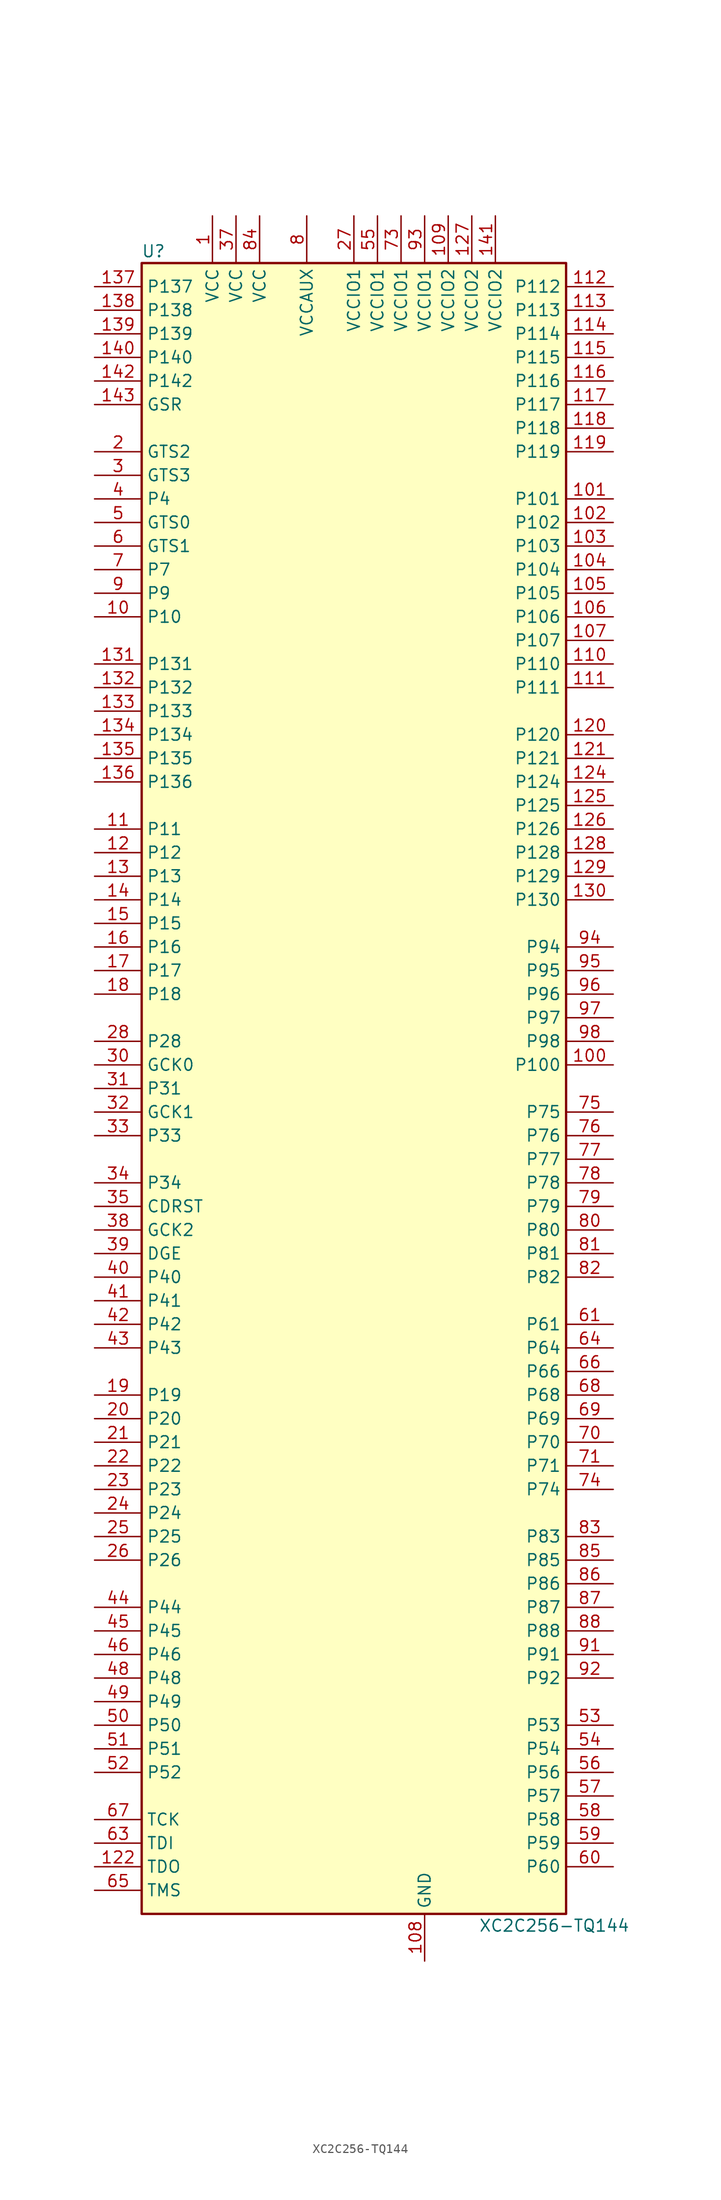
<source format=kicad_sym>
(kicad_symbol_lib
  (version 20241209)
  (generator "kicad_symbol_editor")
  (generator_version "9.0")
  (symbol "XC2C256-TQ144"
    (property "Reference" "U"
      (at -21.59 90.17 0)
      (effects (font (size 1.27 1.27))))
    (property "Value" "XC2C256-TQ144"
      (at 21.59 -90.17 0)
      (effects (font (size 1.27 1.27))))
    (symbol "XC2C256-TQ144_0_1"
      (rectangle (start -22.86 -88.9) (end 22.86 88.9) (stroke (width 0.254) (type default)) (fill (type background))))
    (symbol "XC2C256-TQ144_1_1"
      (pin bidirectional line (at -27.94 86.36 0) (length 5.08) (name "P137" (effects (font (size 1.27 1.27)))) (number "137" (effects (font (size 1.27 1.27)))))
      (pin bidirectional line (at -27.94 83.82 0) (length 5.08) (name "P138" (effects (font (size 1.27 1.27)))) (number "138" (effects (font (size 1.27 1.27)))))
      (pin bidirectional line (at -27.94 81.28 0) (length 5.08) (name "P139" (effects (font (size 1.27 1.27)))) (number "139" (effects (font (size 1.27 1.27)))))
      (pin bidirectional line (at -27.94 78.74 0) (length 5.08) (name "P140" (effects (font (size 1.27 1.27)))) (number "140" (effects (font (size 1.27 1.27)))))
      (pin bidirectional line (at -27.94 76.2 0) (length 5.08) (name "P142" (effects (font (size 1.27 1.27)))) (number "142" (effects (font (size 1.27 1.27)))))
      (pin bidirectional line (at -27.94 73.66 0) (length 5.08) (name "GSR" (effects (font (size 1.27 1.27)))) (number "143" (effects (font (size 1.27 1.27)))))
      (pin bidirectional line (at -27.94 68.58 0) (length 5.08) (name "GTS2" (effects (font (size 1.27 1.27)))) (number "2" (effects (font (size 1.27 1.27)))))
      (pin bidirectional line (at -27.94 66.04 0) (length 5.08) (name "GTS3" (effects (font (size 1.27 1.27)))) (number "3" (effects (font (size 1.27 1.27)))))
      (pin bidirectional line (at -27.94 63.5 0) (length 5.08) (name "P4" (effects (font (size 1.27 1.27)))) (number "4" (effects (font (size 1.27 1.27)))))
      (pin bidirectional line (at -27.94 60.96 0) (length 5.08) (name "GTS0" (effects (font (size 1.27 1.27)))) (number "5" (effects (font (size 1.27 1.27)))))
      (pin bidirectional line (at -27.94 58.42 0) (length 5.08) (name "GTS1" (effects (font (size 1.27 1.27)))) (number "6" (effects (font (size 1.27 1.27)))))
      (pin bidirectional line (at -27.94 55.88 0) (length 5.08) (name "P7" (effects (font (size 1.27 1.27)))) (number "7" (effects (font (size 1.27 1.27)))))
      (pin bidirectional line (at -27.94 53.34 0) (length 5.08) (name "P9" (effects (font (size 1.27 1.27)))) (number "9" (effects (font (size 1.27 1.27)))))
      (pin bidirectional line (at -27.94 50.8 0) (length 5.08) (name "P10" (effects (font (size 1.27 1.27)))) (number "10" (effects (font (size 1.27 1.27)))))
      (pin bidirectional line (at -27.94 45.72 0) (length 5.08) (name "P131" (effects (font (size 1.27 1.27)))) (number "131" (effects (font (size 1.27 1.27)))))
      (pin bidirectional line (at -27.94 43.18 0) (length 5.08) (name "P132" (effects (font (size 1.27 1.27)))) (number "132" (effects (font (size 1.27 1.27)))))
      (pin bidirectional line (at -27.94 40.64 0) (length 5.08) (name "P133" (effects (font (size 1.27 1.27)))) (number "133" (effects (font (size 1.27 1.27)))))
      (pin bidirectional line (at -27.94 38.1 0) (length 5.08) (name "P134" (effects (font (size 1.27 1.27)))) (number "134" (effects (font (size 1.27 1.27)))))
      (pin bidirectional line (at -27.94 35.56 0) (length 5.08) (name "P135" (effects (font (size 1.27 1.27)))) (number "135" (effects (font (size 1.27 1.27)))))
      (pin bidirectional line (at -27.94 33.02 0) (length 5.08) (name "P136" (effects (font (size 1.27 1.27)))) (number "136" (effects (font (size 1.27 1.27)))))
      (pin bidirectional line (at -27.94 27.94 0) (length 5.08) (name "P11" (effects (font (size 1.27 1.27)))) (number "11" (effects (font (size 1.27 1.27)))))
      (pin bidirectional line (at -27.94 25.4 0) (length 5.08) (name "P12" (effects (font (size 1.27 1.27)))) (number "12" (effects (font (size 1.27 1.27)))))
      (pin bidirectional line (at -27.94 22.86 0) (length 5.08) (name "P13" (effects (font (size 1.27 1.27)))) (number "13" (effects (font (size 1.27 1.27)))))
      (pin bidirectional line (at -27.94 20.32 0) (length 5.08) (name "P14" (effects (font (size 1.27 1.27)))) (number "14" (effects (font (size 1.27 1.27)))))
      (pin bidirectional line (at -27.94 17.78 0) (length 5.08) (name "P15" (effects (font (size 1.27 1.27)))) (number "15" (effects (font (size 1.27 1.27)))))
      (pin bidirectional line (at -27.94 15.24 0) (length 5.08) (name "P16" (effects (font (size 1.27 1.27)))) (number "16" (effects (font (size 1.27 1.27)))))
      (pin bidirectional line (at -27.94 12.7 0) (length 5.08) (name "P17" (effects (font (size 1.27 1.27)))) (number "17" (effects (font (size 1.27 1.27)))))
      (pin bidirectional line (at -27.94 10.16 0) (length 5.08) (name "P18" (effects (font (size 1.27 1.27)))) (number "18" (effects (font (size 1.27 1.27)))))
      (pin bidirectional line (at -27.94 5.08 0) (length 5.08) (name "P28" (effects (font (size 1.27 1.27)))) (number "28" (effects (font (size 1.27 1.27)))))
      (pin bidirectional line (at -27.94 2.54 0) (length 5.08) (name "GCK0" (effects (font (size 1.27 1.27)))) (number "30" (effects (font (size 1.27 1.27)))))
      (pin bidirectional line (at -27.94 0 0) (length 5.08) (name "P31" (effects (font (size 1.27 1.27)))) (number "31" (effects (font (size 1.27 1.27)))))
      (pin bidirectional line (at -27.94 -2.54 0) (length 5.08) (name "GCK1" (effects (font (size 1.27 1.27)))) (number "32" (effects (font (size 1.27 1.27)))))
      (pin bidirectional line (at -27.94 -5.08 0) (length 5.08) (name "P33" (effects (font (size 1.27 1.27)))) (number "33" (effects (font (size 1.27 1.27)))))
      (pin bidirectional line (at -27.94 -10.16 0) (length 5.08) (name "P34" (effects (font (size 1.27 1.27)))) (number "34" (effects (font (size 1.27 1.27)))))
      (pin bidirectional line (at -27.94 -12.7 0) (length 5.08) (name "CDRST" (effects (font (size 1.27 1.27)))) (number "35" (effects (font (size 1.27 1.27)))))
      (pin bidirectional line (at -27.94 -15.24 0) (length 5.08) (name "GCK2" (effects (font (size 1.27 1.27)))) (number "38" (effects (font (size 1.27 1.27)))))
      (pin bidirectional line (at -27.94 -17.78 0) (length 5.08) (name "DGE" (effects (font (size 1.27 1.27)))) (number "39" (effects (font (size 1.27 1.27)))))
      (pin bidirectional line (at -27.94 -20.32 0) (length 5.08) (name "P40" (effects (font (size 1.27 1.27)))) (number "40" (effects (font (size 1.27 1.27)))))
      (pin bidirectional line (at -27.94 -22.86 0) (length 5.08) (name "P41" (effects (font (size 1.27 1.27)))) (number "41" (effects (font (size 1.27 1.27)))))
      (pin bidirectional line (at -27.94 -25.4 0) (length 5.08) (name "P42" (effects (font (size 1.27 1.27)))) (number "42" (effects (font (size 1.27 1.27)))))
      (pin bidirectional line (at -27.94 -27.94 0) (length 5.08) (name "P43" (effects (font (size 1.27 1.27)))) (number "43" (effects (font (size 1.27 1.27)))))
      (pin bidirectional line (at -27.94 -33.02 0) (length 5.08) (name "P19" (effects (font (size 1.27 1.27)))) (number "19" (effects (font (size 1.27 1.27)))))
      (pin bidirectional line (at -27.94 -35.56 0) (length 5.08) (name "P20" (effects (font (size 1.27 1.27)))) (number "20" (effects (font (size 1.27 1.27)))))
      (pin bidirectional line (at -27.94 -38.1 0) (length 5.08) (name "P21" (effects (font (size 1.27 1.27)))) (number "21" (effects (font (size 1.27 1.27)))))
      (pin bidirectional line (at -27.94 -40.64 0) (length 5.08) (name "P22" (effects (font (size 1.27 1.27)))) (number "22" (effects (font (size 1.27 1.27)))))
      (pin bidirectional line (at -27.94 -43.18 0) (length 5.08) (name "P23" (effects (font (size 1.27 1.27)))) (number "23" (effects (font (size 1.27 1.27)))))
      (pin bidirectional line (at -27.94 -45.72 0) (length 5.08) (name "P24" (effects (font (size 1.27 1.27)))) (number "24" (effects (font (size 1.27 1.27)))))
      (pin bidirectional line (at -27.94 -48.26 0) (length 5.08) (name "P25" (effects (font (size 1.27 1.27)))) (number "25" (effects (font (size 1.27 1.27)))))
      (pin bidirectional line (at -27.94 -50.8 0) (length 5.08) (name "P26" (effects (font (size 1.27 1.27)))) (number "26" (effects (font (size 1.27 1.27)))))
      (pin bidirectional line (at -27.94 -55.88 0) (length 5.08) (name "P44" (effects (font (size 1.27 1.27)))) (number "44" (effects (font (size 1.27 1.27)))))
      (pin bidirectional line (at -27.94 -58.42 0) (length 5.08) (name "P45" (effects (font (size 1.27 1.27)))) (number "45" (effects (font (size 1.27 1.27)))))
      (pin bidirectional line (at -27.94 -60.96 0) (length 5.08) (name "P46" (effects (font (size 1.27 1.27)))) (number "46" (effects (font (size 1.27 1.27)))))
      (pin bidirectional line (at -27.94 -63.5 0) (length 5.08) (name "P48" (effects (font (size 1.27 1.27)))) (number "48" (effects (font (size 1.27 1.27)))))
      (pin bidirectional line (at -27.94 -66.04 0) (length 5.08) (name "P49" (effects (font (size 1.27 1.27)))) (number "49" (effects (font (size 1.27 1.27)))))
      (pin bidirectional line (at -27.94 -68.58 0) (length 5.08) (name "P50" (effects (font (size 1.27 1.27)))) (number "50" (effects (font (size 1.27 1.27)))))
      (pin bidirectional line (at -27.94 -71.12 0) (length 5.08) (name "P51" (effects (font (size 1.27 1.27)))) (number "51" (effects (font (size 1.27 1.27)))))
      (pin bidirectional line (at -27.94 -73.66 0) (length 5.08) (name "P52" (effects (font (size 1.27 1.27)))) (number "52" (effects (font (size 1.27 1.27)))))
      (pin bidirectional line (at -27.94 -78.74 0) (length 5.08) (name "TCK" (effects (font (size 1.27 1.27)))) (number "67" (effects (font (size 1.27 1.27)))))
      (pin bidirectional line (at -27.94 -81.28 0) (length 5.08) (name "TDI" (effects (font (size 1.27 1.27)))) (number "63" (effects (font (size 1.27 1.27)))))
      (pin bidirectional line (at -27.94 -83.82 0) (length 5.08) (name "TDO" (effects (font (size 1.27 1.27)))) (number "122" (effects (font (size 1.27 1.27)))))
      (pin bidirectional line (at -27.94 -86.36 0) (length 5.08) (name "TMS" (effects (font (size 1.27 1.27)))) (number "65" (effects (font (size 1.27 1.27)))))
      (pin power_in line (at -15.24 93.98 270) (length 5.08) (name "VCC" (effects (font (size 1.27 1.27)))) (number "1" (effects (font (size 1.27 1.27)))))
      (pin power_in line (at -12.7 93.98 270) (length 5.08) (name "VCC" (effects (font (size 1.27 1.27)))) (number "37" (effects (font (size 1.27 1.27)))))
      (pin power_in line (at -10.16 93.98 270) (length 5.08) (name "VCC" (effects (font (size 1.27 1.27)))) (number "84" (effects (font (size 1.27 1.27)))))
      (pin power_in line (at -5.08 93.98 270) (length 5.08) (name "VCCAUX" (effects (font (size 1.27 1.27)))) (number "8" (effects (font (size 1.27 1.27)))))
      (pin power_in line (at 0 93.98 270) (length 5.08) (name "VCCIO1" (effects (font (size 1.27 1.27)))) (number "27" (effects (font (size 1.27 1.27)))))
      (pin power_in line (at 2.54 93.98 270) (length 5.08) (name "VCCIO1" (effects (font (size 1.27 1.27)))) (number "55" (effects (font (size 1.27 1.27)))))
      (pin power_in line (at 5.08 93.98 270) (length 5.08) (name "VCCIO1" (effects (font (size 1.27 1.27)))) (number "73" (effects (font (size 1.27 1.27)))))
      (pin power_in line (at 7.62 93.98 270) (length 5.08) (name "VCCIO1" (effects (font (size 1.27 1.27)))) (number "93" (effects (font (size 1.27 1.27)))))
      (pin power_in line (at 7.62 -93.98 90) (length 5.08) (name "GND" (effects (font (size 1.27 1.27)))) (number "108" (effects (font (size 1.27 1.27)))))
      (pin passive line (at 7.62 -93.98 90) (length 5.08) (hide yes) (name "GND" (effects (font (size 1.27 1.27)))) (number "123" (effects (font (size 1.27 1.27)))))
      (pin passive line (at 7.62 -93.98 90) (length 5.08) (hide yes) (name "GND" (effects (font (size 1.27 1.27)))) (number "144" (effects (font (size 1.27 1.27)))))
      (pin passive line (at 7.62 -93.98 90) (length 5.08) (hide yes) (name "GND" (effects (font (size 1.27 1.27)))) (number "29" (effects (font (size 1.27 1.27)))))
      (pin passive line (at 7.62 -93.98 90) (length 5.08) (hide yes) (name "GND" (effects (font (size 1.27 1.27)))) (number "36" (effects (font (size 1.27 1.27)))))
      (pin passive line (at 7.62 -93.98 90) (length 5.08) (hide yes) (name "GND" (effects (font (size 1.27 1.27)))) (number "47" (effects (font (size 1.27 1.27)))))
      (pin passive line (at 7.62 -93.98 90) (length 5.08) (hide yes) (name "GND" (effects (font (size 1.27 1.27)))) (number "62" (effects (font (size 1.27 1.27)))))
      (pin passive line (at 7.62 -93.98 90) (length 5.08) (hide yes) (name "GND" (effects (font (size 1.27 1.27)))) (number "72" (effects (font (size 1.27 1.27)))))
      (pin passive line (at 7.62 -93.98 90) (length 5.08) (hide yes) (name "GND" (effects (font (size 1.27 1.27)))) (number "89" (effects (font (size 1.27 1.27)))))
      (pin passive line (at 7.62 -93.98 90) (length 5.08) (hide yes) (name "GND" (effects (font (size 1.27 1.27)))) (number "90" (effects (font (size 1.27 1.27)))))
      (pin passive line (at 7.62 -93.98 90) (length 5.08) (hide yes) (name "GND" (effects (font (size 1.27 1.27)))) (number "99" (effects (font (size 1.27 1.27)))))
      (pin power_in line (at 10.16 93.98 270) (length 5.08) (name "VCCIO2" (effects (font (size 1.27 1.27)))) (number "109" (effects (font (size 1.27 1.27)))))
      (pin power_in line (at 12.7 93.98 270) (length 5.08) (name "VCCIO2" (effects (font (size 1.27 1.27)))) (number "127" (effects (font (size 1.27 1.27)))))
      (pin power_in line (at 15.24 93.98 270) (length 5.08) (name "VCCIO2" (effects (font (size 1.27 1.27)))) (number "141" (effects (font (size 1.27 1.27)))))
      (pin bidirectional line (at 27.94 86.36 180) (length 5.08) (name "P112" (effects (font (size 1.27 1.27)))) (number "112" (effects (font (size 1.27 1.27)))))
      (pin bidirectional line (at 27.94 83.82 180) (length 5.08) (name "P113" (effects (font (size 1.27 1.27)))) (number "113" (effects (font (size 1.27 1.27)))))
      (pin bidirectional line (at 27.94 81.28 180) (length 5.08) (name "P114" (effects (font (size 1.27 1.27)))) (number "114" (effects (font (size 1.27 1.27)))))
      (pin bidirectional line (at 27.94 78.74 180) (length 5.08) (name "P115" (effects (font (size 1.27 1.27)))) (number "115" (effects (font (size 1.27 1.27)))))
      (pin bidirectional line (at 27.94 76.2 180) (length 5.08) (name "P116" (effects (font (size 1.27 1.27)))) (number "116" (effects (font (size 1.27 1.27)))))
      (pin bidirectional line (at 27.94 73.66 180) (length 5.08) (name "P117" (effects (font (size 1.27 1.27)))) (number "117" (effects (font (size 1.27 1.27)))))
      (pin bidirectional line (at 27.94 71.12 180) (length 5.08) (name "P118" (effects (font (size 1.27 1.27)))) (number "118" (effects (font (size 1.27 1.27)))))
      (pin bidirectional line (at 27.94 68.58 180) (length 5.08) (name "P119" (effects (font (size 1.27 1.27)))) (number "119" (effects (font (size 1.27 1.27)))))
      (pin bidirectional line (at 27.94 63.5 180) (length 5.08) (name "P101" (effects (font (size 1.27 1.27)))) (number "101" (effects (font (size 1.27 1.27)))))
      (pin bidirectional line (at 27.94 60.96 180) (length 5.08) (name "P102" (effects (font (size 1.27 1.27)))) (number "102" (effects (font (size 1.27 1.27)))))
      (pin bidirectional line (at 27.94 58.42 180) (length 5.08) (name "P103" (effects (font (size 1.27 1.27)))) (number "103" (effects (font (size 1.27 1.27)))))
      (pin bidirectional line (at 27.94 55.88 180) (length 5.08) (name "P104" (effects (font (size 1.27 1.27)))) (number "104" (effects (font (size 1.27 1.27)))))
      (pin bidirectional line (at 27.94 53.34 180) (length 5.08) (name "P105" (effects (font (size 1.27 1.27)))) (number "105" (effects (font (size 1.27 1.27)))))
      (pin bidirectional line (at 27.94 50.8 180) (length 5.08) (name "P106" (effects (font (size 1.27 1.27)))) (number "106" (effects (font (size 1.27 1.27)))))
      (pin bidirectional line (at 27.94 48.26 180) (length 5.08) (name "P107" (effects (font (size 1.27 1.27)))) (number "107" (effects (font (size 1.27 1.27)))))
      (pin bidirectional line (at 27.94 45.72 180) (length 5.08) (name "P110" (effects (font (size 1.27 1.27)))) (number "110" (effects (font (size 1.27 1.27)))))
      (pin bidirectional line (at 27.94 43.18 180) (length 5.08) (name "P111" (effects (font (size 1.27 1.27)))) (number "111" (effects (font (size 1.27 1.27)))))
      (pin bidirectional line (at 27.94 38.1 180) (length 5.08) (name "P120" (effects (font (size 1.27 1.27)))) (number "120" (effects (font (size 1.27 1.27)))))
      (pin bidirectional line (at 27.94 35.56 180) (length 5.08) (name "P121" (effects (font (size 1.27 1.27)))) (number "121" (effects (font (size 1.27 1.27)))))
      (pin bidirectional line (at 27.94 33.02 180) (length 5.08) (name "P124" (effects (font (size 1.27 1.27)))) (number "124" (effects (font (size 1.27 1.27)))))
      (pin bidirectional line (at 27.94 30.48 180) (length 5.08) (name "P125" (effects (font (size 1.27 1.27)))) (number "125" (effects (font (size 1.27 1.27)))))
      (pin bidirectional line (at 27.94 27.94 180) (length 5.08) (name "P126" (effects (font (size 1.27 1.27)))) (number "126" (effects (font (size 1.27 1.27)))))
      (pin bidirectional line (at 27.94 25.4 180) (length 5.08) (name "P128" (effects (font (size 1.27 1.27)))) (number "128" (effects (font (size 1.27 1.27)))))
      (pin bidirectional line (at 27.94 22.86 180) (length 5.08) (name "P129" (effects (font (size 1.27 1.27)))) (number "129" (effects (font (size 1.27 1.27)))))
      (pin bidirectional line (at 27.94 20.32 180) (length 5.08) (name "P130" (effects (font (size 1.27 1.27)))) (number "130" (effects (font (size 1.27 1.27)))))
      (pin bidirectional line (at 27.94 15.24 180) (length 5.08) (name "P94" (effects (font (size 1.27 1.27)))) (number "94" (effects (font (size 1.27 1.27)))))
      (pin bidirectional line (at 27.94 12.7 180) (length 5.08) (name "P95" (effects (font (size 1.27 1.27)))) (number "95" (effects (font (size 1.27 1.27)))))
      (pin bidirectional line (at 27.94 10.16 180) (length 5.08) (name "P96" (effects (font (size 1.27 1.27)))) (number "96" (effects (font (size 1.27 1.27)))))
      (pin bidirectional line (at 27.94 7.62 180) (length 5.08) (name "P97" (effects (font (size 1.27 1.27)))) (number "97" (effects (font (size 1.27 1.27)))))
      (pin bidirectional line (at 27.94 5.08 180) (length 5.08) (name "P98" (effects (font (size 1.27 1.27)))) (number "98" (effects (font (size 1.27 1.27)))))
      (pin bidirectional line (at 27.94 2.54 180) (length 5.08) (name "P100" (effects (font (size 1.27 1.27)))) (number "100" (effects (font (size 1.27 1.27)))))
      (pin bidirectional line (at 27.94 -2.54 180) (length 5.08) (name "P75" (effects (font (size 1.27 1.27)))) (number "75" (effects (font (size 1.27 1.27)))))
      (pin bidirectional line (at 27.94 -5.08 180) (length 5.08) (name "P76" (effects (font (size 1.27 1.27)))) (number "76" (effects (font (size 1.27 1.27)))))
      (pin bidirectional line (at 27.94 -7.62 180) (length 5.08) (name "P77" (effects (font (size 1.27 1.27)))) (number "77" (effects (font (size 1.27 1.27)))))
      (pin bidirectional line (at 27.94 -10.16 180) (length 5.08) (name "P78" (effects (font (size 1.27 1.27)))) (number "78" (effects (font (size 1.27 1.27)))))
      (pin bidirectional line (at 27.94 -12.7 180) (length 5.08) (name "P79" (effects (font (size 1.27 1.27)))) (number "79" (effects (font (size 1.27 1.27)))))
      (pin bidirectional line (at 27.94 -15.24 180) (length 5.08) (name "P80" (effects (font (size 1.27 1.27)))) (number "80" (effects (font (size 1.27 1.27)))))
      (pin bidirectional line (at 27.94 -17.78 180) (length 5.08) (name "P81" (effects (font (size 1.27 1.27)))) (number "81" (effects (font (size 1.27 1.27)))))
      (pin bidirectional line (at 27.94 -20.32 180) (length 5.08) (name "P82" (effects (font (size 1.27 1.27)))) (number "82" (effects (font (size 1.27 1.27)))))
      (pin bidirectional line (at 27.94 -25.4 180) (length 5.08) (name "P61" (effects (font (size 1.27 1.27)))) (number "61" (effects (font (size 1.27 1.27)))))
      (pin bidirectional line (at 27.94 -27.94 180) (length 5.08) (name "P64" (effects (font (size 1.27 1.27)))) (number "64" (effects (font (size 1.27 1.27)))))
      (pin bidirectional line (at 27.94 -30.48 180) (length 5.08) (name "P66" (effects (font (size 1.27 1.27)))) (number "66" (effects (font (size 1.27 1.27)))))
      (pin bidirectional line (at 27.94 -33.02 180) (length 5.08) (name "P68" (effects (font (size 1.27 1.27)))) (number "68" (effects (font (size 1.27 1.27)))))
      (pin bidirectional line (at 27.94 -35.56 180) (length 5.08) (name "P69" (effects (font (size 1.27 1.27)))) (number "69" (effects (font (size 1.27 1.27)))))
      (pin bidirectional line (at 27.94 -38.1 180) (length 5.08) (name "P70" (effects (font (size 1.27 1.27)))) (number "70" (effects (font (size 1.27 1.27)))))
      (pin bidirectional line (at 27.94 -40.64 180) (length 5.08) (name "P71" (effects (font (size 1.27 1.27)))) (number "71" (effects (font (size 1.27 1.27)))))
      (pin bidirectional line (at 27.94 -43.18 180) (length 5.08) (name "P74" (effects (font (size 1.27 1.27)))) (number "74" (effects (font (size 1.27 1.27)))))
      (pin bidirectional line (at 27.94 -48.26 180) (length 5.08) (name "P83" (effects (font (size 1.27 1.27)))) (number "83" (effects (font (size 1.27 1.27)))))
      (pin bidirectional line (at 27.94 -50.8 180) (length 5.08) (name "P85" (effects (font (size 1.27 1.27)))) (number "85" (effects (font (size 1.27 1.27)))))
      (pin bidirectional line (at 27.94 -53.34 180) (length 5.08) (name "P86" (effects (font (size 1.27 1.27)))) (number "86" (effects (font (size 1.27 1.27)))))
      (pin bidirectional line (at 27.94 -55.88 180) (length 5.08) (name "P87" (effects (font (size 1.27 1.27)))) (number "87" (effects (font (size 1.27 1.27)))))
      (pin bidirectional line (at 27.94 -58.42 180) (length 5.08) (name "P88" (effects (font (size 1.27 1.27)))) (number "88" (effects (font (size 1.27 1.27)))))
      (pin bidirectional line (at 27.94 -60.96 180) (length 5.08) (name "P91" (effects (font (size 1.27 1.27)))) (number "91" (effects (font (size 1.27 1.27)))))
      (pin bidirectional line (at 27.94 -63.5 180) (length 5.08) (name "P92" (effects (font (size 1.27 1.27)))) (number "92" (effects (font (size 1.27 1.27)))))
      (pin bidirectional line (at 27.94 -68.58 180) (length 5.08) (name "P53" (effects (font (size 1.27 1.27)))) (number "53" (effects (font (size 1.27 1.27)))))
      (pin bidirectional line (at 27.94 -71.12 180) (length 5.08) (name "P54" (effects (font (size 1.27 1.27)))) (number "54" (effects (font (size 1.27 1.27)))))
      (pin bidirectional line (at 27.94 -73.66 180) (length 5.08) (name "P56" (effects (font (size 1.27 1.27)))) (number "56" (effects (font (size 1.27 1.27)))))
      (pin bidirectional line (at 27.94 -76.2 180) (length 5.08) (name "P57" (effects (font (size 1.27 1.27)))) (number "57" (effects (font (size 1.27 1.27)))))
      (pin bidirectional line (at 27.94 -78.74 180) (length 5.08) (name "P58" (effects (font (size 1.27 1.27)))) (number "58" (effects (font (size 1.27 1.27)))))
      (pin bidirectional line (at 27.94 -81.28 180) (length 5.08) (name "P59" (effects (font (size 1.27 1.27)))) (number "59" (effects (font (size 1.27 1.27)))))
      (pin bidirectional line (at 27.94 -83.82 180) (length 5.08) (name "P60" (effects (font (size 1.27 1.27)))) (number "60" (effects (font (size 1.27 1.27))))))))
</source>
